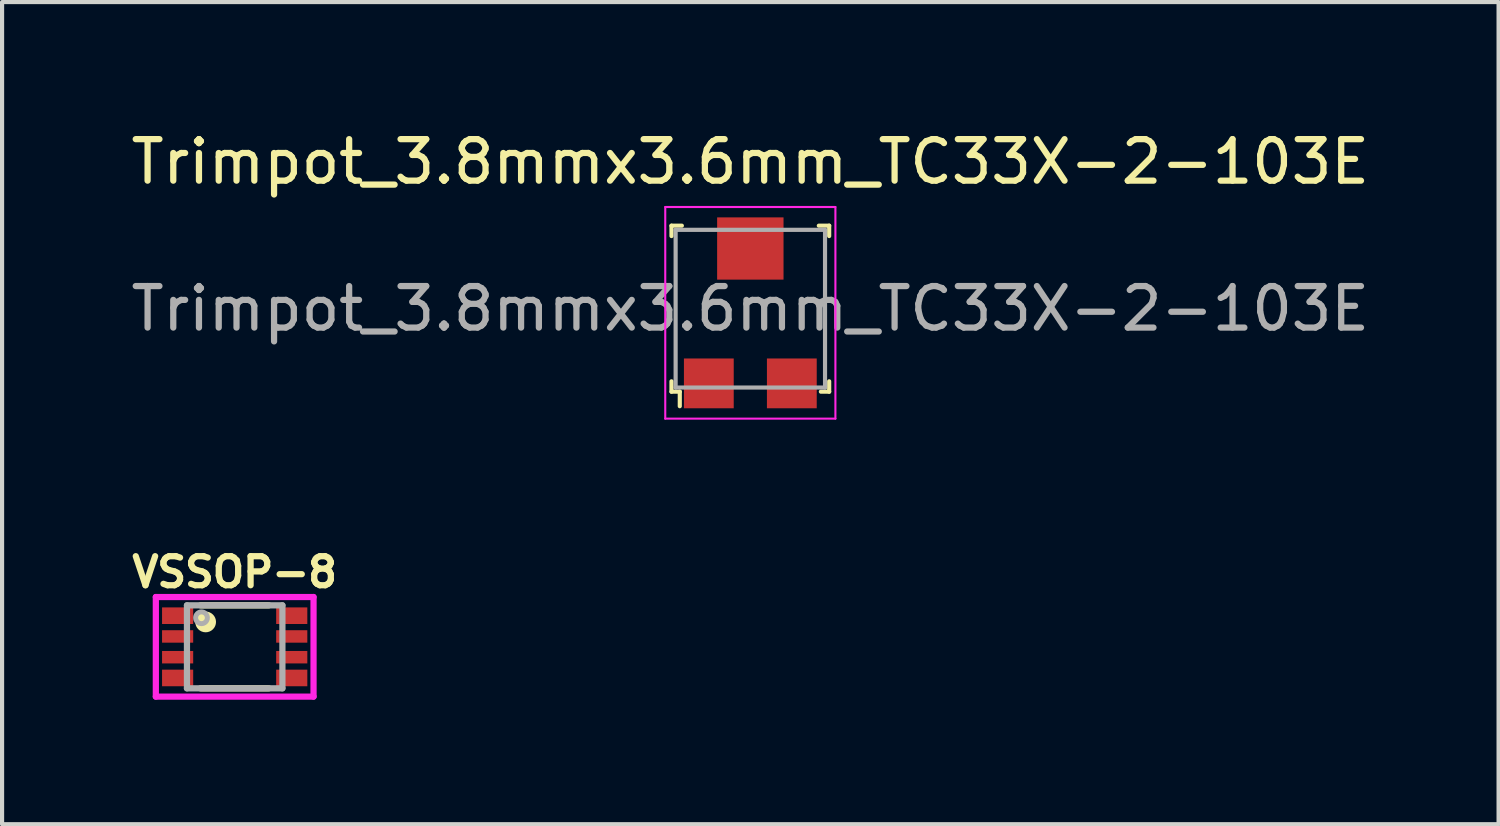
<source format=kicad_pcb>
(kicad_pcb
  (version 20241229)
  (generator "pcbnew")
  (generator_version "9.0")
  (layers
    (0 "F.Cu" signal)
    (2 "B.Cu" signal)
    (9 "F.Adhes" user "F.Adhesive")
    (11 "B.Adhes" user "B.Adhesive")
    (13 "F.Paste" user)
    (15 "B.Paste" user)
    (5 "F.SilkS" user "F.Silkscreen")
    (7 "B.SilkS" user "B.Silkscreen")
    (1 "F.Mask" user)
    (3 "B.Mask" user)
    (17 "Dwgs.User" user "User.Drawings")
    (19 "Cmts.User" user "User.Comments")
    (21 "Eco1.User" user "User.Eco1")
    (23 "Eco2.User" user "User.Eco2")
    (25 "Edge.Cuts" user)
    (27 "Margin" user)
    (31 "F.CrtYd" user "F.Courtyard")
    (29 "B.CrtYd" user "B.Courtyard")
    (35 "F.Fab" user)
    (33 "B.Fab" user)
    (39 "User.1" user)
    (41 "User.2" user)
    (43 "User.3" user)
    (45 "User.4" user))
  (footprint "Trimpot_3.8mmx3.6mm_TC33X-2-103E"
    (layer "F.Cu")
    (at 15.03 4.388)
    (property "Reference" "Trimpot_3.8mmx3.6mm_TC33X-2-103E" (at 0 -3.54 0) (layer "F.SilkS") (effects (font (size 1 1) (thickness 0.15))))
    (attr smd)
    (fp_line (start -1.9 -2) (end -1.9 -1.75) (stroke (width 0.1) (type solid)) (layer "F.SilkS"))
    (fp_line (start -1.9 -2) (end -1.65 -2) (stroke (width 0.1) (type solid)) (layer "F.SilkS"))
    (fp_line (start -1.9 1.75) (end -1.9 2) (stroke (width 0.1) (type solid)) (layer "F.SilkS"))
    (fp_line (start -1.9 2) (end -1.7 2) (stroke (width 0.1) (type solid)) (layer "F.SilkS"))
    (fp_line (start -1.7 2) (end -1.7 2.35) (stroke (width 0.1) (type solid)) (layer "F.SilkS"))
    (fp_line (start 1.9 -2) (end 1.65 -2) (stroke (width 0.1) (type solid)) (layer "F.SilkS"))
    (fp_line (start 1.9 -2) (end 1.9 -1.75) (stroke (width 0.1) (type solid)) (layer "F.SilkS"))
    (fp_line (start 1.9 2) (end 1.7 2) (stroke (width 0.1) (type solid)) (layer "F.SilkS"))
    (fp_line (start 1.9 2) (end 1.9 1.75) (stroke (width 0.1) (type solid)) (layer "F.SilkS"))
    (fp_line (start -2.05 -2.45) (end -2.05 2.65) (stroke (width 0.05) (type solid)) (layer "F.CrtYd"))
    (fp_line (start 2.05 -2.45) (end -2.05 -2.45) (stroke (width 0.05) (type solid)) (layer "F.CrtYd"))
    (fp_line (start 2.05 2.65) (end -2.05 2.65) (stroke (width 0.05) (type solid)) (layer "F.CrtYd"))
    (fp_line (start 2.05 2.65) (end 2.05 -2.45) (stroke (width 0.05) (type solid)) (layer "F.CrtYd"))
    (fp_line (start -1.8 -1.9) (end -1.8 1.9) (stroke (width 0.1) (type solid)) (layer "F.Fab"))
    (fp_line (start -1.8 -1.9) (end 1.8 -1.9) (stroke (width 0.1) (type solid)) (layer "F.Fab"))
    (fp_line (start -1.8 1.9) (end 1.8 1.9) (stroke (width 0.1) (type solid)) (layer "F.Fab"))
    (fp_line (start 1.8 1.9) (end 1.8 -1.9) (stroke (width 0.1) (type solid)) (layer "F.Fab"))
    (fp_text user "${REFERENCE}" (at 0 0 0) (layer "F.Fab") (effects (font (size 1 1) (thickness 0.15))))
    (pad "1" smd rect (at -1 1.8) (size 1.2 1.2) (layers "F.Cu" "F.Mask" "F.Paste"))
    (pad "2" smd rect (at 0 -1.45) (size 1.6 1.5) (layers "F.Cu" "F.Mask" "F.Paste"))
    (pad "3" smd rect (at 1 1.8) (size 1.2 1.2) (layers "F.Cu" "F.Mask" "F.Paste")))
  (footprint "VSSOP-8"
    (layer "F.Cu")
    (at 2.605 12.536)
    (property "Reference" "VSSOP-8" (at 0 -1.8 0) (layer "F.SilkS") (effects (font (size 0.7 0.7) (thickness 0.15))))
    (attr through_hole)
    (fp_line (start -0.823 -1) (end 0.823 -1) (stroke (width 0.15) (type solid)) (layer "F.SilkS"))
    (fp_line (start 0.823 1) (end -0.823 1) (stroke (width 0.15) (type solid)) (layer "F.SilkS"))
    (fp_circle (center -0.7 -0.6) (end -0.575 -0.6) (stroke (width 0.25) (type solid)) (fill no) (layer "F.SilkS"))
    (fp_line (start -1.9 1.2) (end -1.9 -1.2) (stroke (width 0.15) (type solid)) (layer "F.CrtYd"))
    (fp_line (start -1.9 1.2) (end 1.9 1.2) (stroke (width 0.15) (type solid)) (layer "F.CrtYd"))
    (fp_line (start 1.9 -1.2) (end -1.9 -1.2) (stroke (width 0.15) (type solid)) (layer "F.CrtYd"))
    (fp_line (start 1.9 -1.2) (end 1.9 1.2) (stroke (width 0.15) (type solid)) (layer "F.CrtYd"))
    (fp_line (start -1.15 -1) (end -1.15 1) (stroke (width 0.15) (type solid)) (layer "F.Fab"))
    (fp_line (start -1.15 1) (end 1.15 1) (stroke (width 0.15) (type solid)) (layer "F.Fab"))
    (fp_line (start 1.15 -1) (end -1.15 -1) (stroke (width 0.15) (type solid)) (layer "F.Fab"))
    (fp_line (start 1.15 -1) (end 1.15 1) (stroke (width 0.15) (type solid)) (layer "F.Fab"))
    (fp_circle (center -0.8 -0.7) (end -0.7 -0.8) (stroke (width 0.12) (type solid)) (fill no) (layer "F.Fab"))
    (pad "1" smd rect (at -1.375 -0.75) (size 0.75 0.4) (layers "F.Cu" "F.Mask" "F.Paste"))
    (pad "2" smd rect (at -1.375 -0.25) (size 0.75 0.3) (layers "F.Cu" "F.Mask" "F.Paste"))
    (pad "3" smd rect (at -1.375 0.25) (size 0.75 0.3) (layers "F.Cu" "F.Mask" "F.Paste"))
    (pad "4" smd rect (at -1.375 0.75) (size 0.75 0.4) (layers "F.Cu" "F.Mask" "F.Paste"))
    (pad "5" smd rect (at 1.375 0.75) (size 0.75 0.4) (layers "F.Cu" "F.Mask" "F.Paste"))
    (pad "6" smd rect (at 1.375 0.25) (size 0.75 0.3) (layers "F.Cu" "F.Mask" "F.Paste"))
    (pad "7" smd rect (at 1.375 -0.25) (size 0.75 0.3) (layers "F.Cu" "F.Mask" "F.Paste"))
    (pad "8" smd rect (at 1.375 -0.75) (size 0.75 0.4) (layers "F.Cu" "F.Mask" "F.Paste")))
  (gr_rect
    (start -3 -3)
    (end 33.06 16.811)
    (stroke (width 0.1) (type default))
    (fill no)
    (layer "Edge.Cuts")))
</source>
